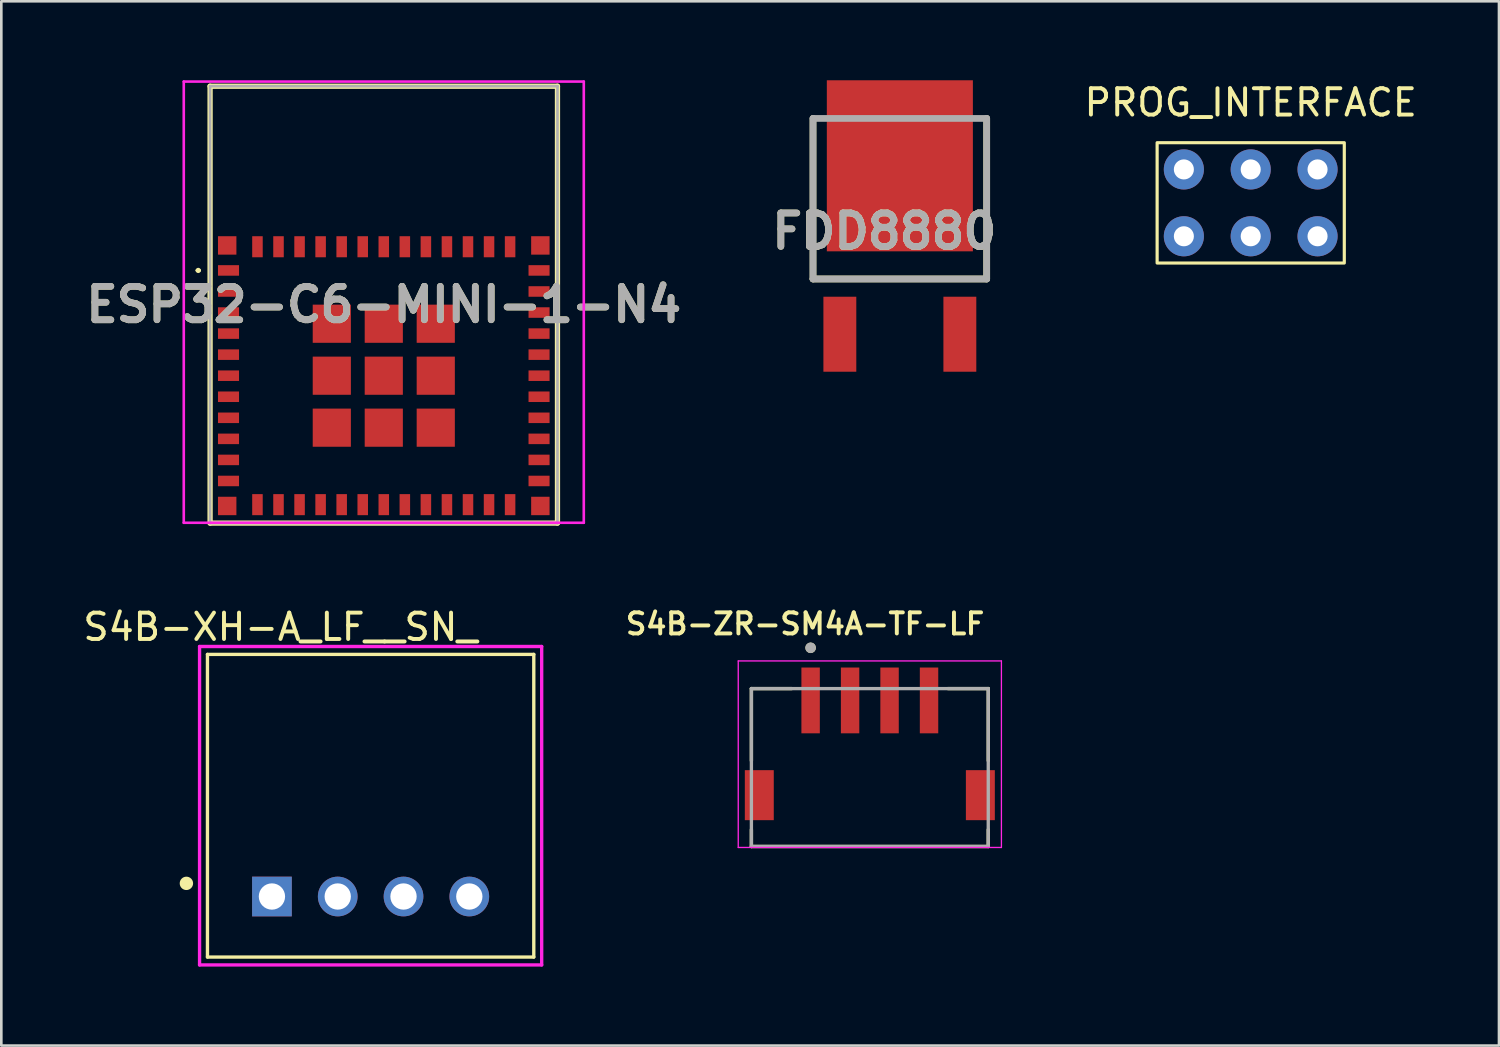
<source format=kicad_pcb>
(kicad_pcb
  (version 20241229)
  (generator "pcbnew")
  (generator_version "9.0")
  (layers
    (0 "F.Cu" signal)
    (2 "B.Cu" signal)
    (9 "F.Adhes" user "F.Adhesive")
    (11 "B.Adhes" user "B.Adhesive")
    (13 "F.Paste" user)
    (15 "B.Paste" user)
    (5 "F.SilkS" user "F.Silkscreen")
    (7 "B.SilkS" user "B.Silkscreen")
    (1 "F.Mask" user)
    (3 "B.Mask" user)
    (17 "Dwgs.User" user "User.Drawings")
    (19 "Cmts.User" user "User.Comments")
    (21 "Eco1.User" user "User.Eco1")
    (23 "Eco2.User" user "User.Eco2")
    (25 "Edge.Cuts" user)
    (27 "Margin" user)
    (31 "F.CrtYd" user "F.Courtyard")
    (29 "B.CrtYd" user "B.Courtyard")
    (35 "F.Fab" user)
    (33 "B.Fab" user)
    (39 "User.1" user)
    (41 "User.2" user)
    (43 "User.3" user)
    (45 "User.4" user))
  (footprint "S4B-XH-A_LF__SN_"
    (layer "F.Cu")
    (at 11.033 31.016)
    (property "Reference" "S4B-XH-A_LF__SN_" (at -3.427 -10.242 0) (layer "F.SilkS") (effects (font (size 1.001 1.001) (thickness 0.15))))
    (attr through_hole)
    (fp_line (start -6.2 -9.2) (end 6.2 -9.2) (stroke (width 0.127) (type solid)) (layer "F.SilkS"))
    (fp_line (start -6.2 2.3) (end -6.2 -9.2) (stroke (width 0.127) (type solid)) (layer "F.SilkS"))
    (fp_line (start 6.2 -9.2) (end 6.2 2.3) (stroke (width 0.127) (type solid)) (layer "F.SilkS"))
    (fp_line (start 6.2 2.3) (end -6.2 2.3) (stroke (width 0.127) (type solid)) (layer "F.SilkS"))
    (fp_circle (center -7 -0.5) (end -6.746 -0.5) (stroke (width 0) (type solid)) (fill yes) (layer "F.SilkS"))
    (fp_line (start -6.5 -9.5) (end 6.5 -9.5) (stroke (width 0.127) (type solid)) (layer "F.CrtYd"))
    (fp_line (start -6.5 2.6) (end -6.5 -9.5) (stroke (width 0.127) (type solid)) (layer "F.CrtYd"))
    (fp_line (start 6.5 -9.5) (end 6.5 2.6) (stroke (width 0.127) (type solid)) (layer "F.CrtYd"))
    (fp_line (start 6.5 2.6) (end -6.5 2.6) (stroke (width 0.127) (type solid)) (layer "F.CrtYd"))
    (pad "1" thru_hole rect (at -3.75 0) (size 1.508 1.508) (drill 1) (layers "*.Cu" "*.Mask"))
    (pad "2" thru_hole circle (at -1.25 0) (size 1.508 1.508) (drill 1) (layers "*.Cu" "*.Mask"))
    (pad "3" thru_hole circle (at 1.25 0) (size 1.508 1.508) (drill 1) (layers "*.Cu" "*.Mask"))
    (pad "4" thru_hole circle (at 3.75 0) (size 1.508 1.508) (drill 1) (layers "*.Cu" "*.Mask")))
  (footprint "S4B-ZR-SM4A-TF-LF"
    (layer "F.Cu")
    (at 30.002 23.565)
    (property "Reference" "S4B-ZR-SM4A-TF-LF" (at -2.46 -2.908 0) (layer "F.SilkS") (effects (font (size 0.8 0.8) (thickness 0.15))))
    (attr smd)
    (fp_line (start -4.5 -0.45) (end -4.5 2.29) (stroke (width 0.127) (type solid)) (layer "F.SilkS"))
    (fp_line (start -4.5 4.91) (end -4.5 5.55) (stroke (width 0.127) (type solid)) (layer "F.SilkS"))
    (fp_line (start -4.5 5.55) (end 4.5 5.55) (stroke (width 0.127) (type solid)) (layer "F.SilkS"))
    (fp_line (start -2.97 -0.45) (end -4.5 -0.45) (stroke (width 0.127) (type solid)) (layer "F.SilkS"))
    (fp_line (start 2.97 -0.45) (end 4.5 -0.45) (stroke (width 0.127) (type solid)) (layer "F.SilkS"))
    (fp_line (start 4.5 -0.45) (end 4.5 2.29) (stroke (width 0.127) (type solid)) (layer "F.SilkS"))
    (fp_line (start 4.5 5.55) (end 4.5 4.91) (stroke (width 0.127) (type solid)) (layer "F.SilkS"))
    (fp_circle (center -2.25 -2) (end -2.15 -2) (stroke (width 0.2) (type solid)) (fill no) (layer "F.SilkS"))
    (fp_line (start -5 -1.5) (end 5 -1.5) (stroke (width 0.05) (type solid)) (layer "F.CrtYd"))
    (fp_line (start -5 5.588) (end -5 -1.5) (stroke (width 0.05) (type solid)) (layer "F.CrtYd"))
    (fp_line (start 5 -1.5) (end 5 5.588) (stroke (width 0.05) (type solid)) (layer "F.CrtYd"))
    (fp_line (start 5 5.588) (end -5 5.588) (stroke (width 0.05) (type solid)) (layer "F.CrtYd"))
    (fp_line (start -4.5 -0.45) (end 4.5 -0.45) (stroke (width 0.127) (type solid)) (layer "F.Fab"))
    (fp_line (start -4.5 5.55) (end -4.5 -0.45) (stroke (width 0.127) (type solid)) (layer "F.Fab"))
    (fp_line (start 4.5 -0.45) (end 4.5 5.55) (stroke (width 0.127) (type solid)) (layer "F.Fab"))
    (fp_line (start 4.5 5.55) (end -4.5 5.55) (stroke (width 0.127) (type solid)) (layer "F.Fab"))
    (fp_circle (center -2.25 -2) (end -2.15 -2) (stroke (width 0.2) (type solid)) (fill no) (layer "F.Fab"))
    (pad "1" smd rect (at -2.25 0 90) (size 2.5 0.7) (layers "F.Cu" "F.Mask" "F.Paste"))
    (pad "2" smd rect (at -0.75 0 90) (size 2.5 0.7) (layers "F.Cu" "F.Mask" "F.Paste"))
    (pad "3" smd rect (at 0.75 0 90) (size 2.5 0.7) (layers "F.Cu" "F.Mask" "F.Paste"))
    (pad "4" smd rect (at 2.25 0 90) (size 2.5 0.7) (layers "F.Cu" "F.Mask" "F.Paste"))
    (pad "S1" smd rect (at -4.2 3.6 90) (size 1.9 1.1) (layers "F.Cu" "F.Mask" "F.Paste"))
    (pad "S2" smd rect (at 4.2 3.6 90) (size 1.9 1.1) (layers "F.Cu" "F.Mask" "F.Paste")))
  (footprint "ESP32-C6-MINI-1-N4"
    (layer "F.Cu")
    (at 11.533 11.226)
    (property "Reference" "ESP32-C6-MINI-1-N4" (at 0 -2.7 0) (layer "F.SilkS") (effects (font (size 1.27 1.27) (thickness 0.254))))
    (attr smd)
    (fp_line (start -7.1 -4) (end -7.1 -4) (stroke (width 0.1) (type solid)) (layer "F.SilkS"))
    (fp_line (start -7 -4) (end -7 -4) (stroke (width 0.1) (type solid)) (layer "F.SilkS"))
    (fp_line (start -6.6 -11) (end 6.6 -11) (stroke (width 0.2) (type solid)) (layer "F.SilkS"))
    (fp_line (start -6.6 5.6) (end -6.6 -11) (stroke (width 0.2) (type solid)) (layer "F.SilkS"))
    (fp_line (start 6.6 -11) (end 6.6 5.6) (stroke (width 0.2) (type solid)) (layer "F.SilkS"))
    (fp_line (start 6.6 5.6) (end -6.6 5.6) (stroke (width 0.2) (type solid)) (layer "F.SilkS"))
    (fp_arc (start -7.1 -4) (mid -7.05 -4.05) (end -7 -4) (stroke (width 0.1) (type solid)) (layer "F.SilkS"))
    (fp_arc (start -7 -4) (mid -7.05 -3.95) (end -7.1 -4) (stroke (width 0.1) (type solid)) (layer "F.SilkS"))
    (fp_line (start -7.6 -11.176) (end 7.6 -11.176) (stroke (width 0.1) (type solid)) (layer "F.CrtYd"))
    (fp_line (start -7.6 5.588) (end -7.6 -11.176) (stroke (width 0.1) (type solid)) (layer "F.CrtYd"))
    (fp_line (start 7.6 -11.176) (end 7.6 5.588) (stroke (width 0.1) (type solid)) (layer "F.CrtYd"))
    (fp_line (start 7.6 5.588) (end -7.6 5.588) (stroke (width 0.1) (type solid)) (layer "F.CrtYd"))
    (fp_line (start -6.6 -11) (end 6.6 -11) (stroke (width 0.1) (type solid)) (layer "F.Fab"))
    (fp_line (start -6.6 5.6) (end -6.6 -11) (stroke (width 0.1) (type solid)) (layer "F.Fab"))
    (fp_line (start 6.6 -11) (end 6.6 5.6) (stroke (width 0.1) (type solid)) (layer "F.Fab"))
    (fp_line (start 6.6 5.6) (end -6.6 5.6) (stroke (width 0.1) (type solid)) (layer "F.Fab"))
    (fp_text user "${REFERENCE}" (at 0 -2.7 0) (layer "F.Fab") (effects (font (size 1.27 1.27) (thickness 0.254))))
    (pad "1" smd rect (at -5.9 -4 90) (size 0.4 0.8) (layers "F.Cu" "F.Mask" "F.Paste"))
    (pad "2" smd rect (at -5.9 -3.2 90) (size 0.4 0.8) (layers "F.Cu" "F.Mask" "F.Paste"))
    (pad "3" smd rect (at -5.9 -2.4 90) (size 0.4 0.8) (layers "F.Cu" "F.Mask" "F.Paste"))
    (pad "4" smd rect (at -5.9 -1.6 90) (size 0.4 0.8) (layers "F.Cu" "F.Mask" "F.Paste"))
    (pad "5" smd rect (at -5.9 -0.8 90) (size 0.4 0.8) (layers "F.Cu" "F.Mask" "F.Paste"))
    (pad "6" smd rect (at -5.9 0 90) (size 0.4 0.8) (layers "F.Cu" "F.Mask" "F.Paste"))
    (pad "7" smd rect (at -5.9 0.8 90) (size 0.4 0.8) (layers "F.Cu" "F.Mask" "F.Paste"))
    (pad "8" smd rect (at -5.9 1.6 90) (size 0.4 0.8) (layers "F.Cu" "F.Mask" "F.Paste"))
    (pad "9" smd rect (at -5.9 2.4 90) (size 0.4 0.8) (layers "F.Cu" "F.Mask" "F.Paste"))
    (pad "10" smd rect (at -5.9 3.2 90) (size 0.4 0.8) (layers "F.Cu" "F.Mask" "F.Paste"))
    (pad "11" smd rect (at -5.9 4 90) (size 0.4 0.8) (layers "F.Cu" "F.Mask" "F.Paste"))
    (pad "12" smd rect (at -4.8 4.9) (size 0.4 0.8) (layers "F.Cu" "F.Mask" "F.Paste"))
    (pad "13" smd rect (at -4 4.9) (size 0.4 0.8) (layers "F.Cu" "F.Mask" "F.Paste"))
    (pad "14" smd rect (at -3.2 4.9) (size 0.4 0.8) (layers "F.Cu" "F.Mask" "F.Paste"))
    (pad "15" smd rect (at -2.4 4.9) (size 0.4 0.8) (layers "F.Cu" "F.Mask" "F.Paste"))
    (pad "16" smd rect (at -1.6 4.9) (size 0.4 0.8) (layers "F.Cu" "F.Mask" "F.Paste"))
    (pad "17" smd rect (at -0.8 4.9) (size 0.4 0.8) (layers "F.Cu" "F.Mask" "F.Paste"))
    (pad "18" smd rect (at 0 4.9) (size 0.4 0.8) (layers "F.Cu" "F.Mask" "F.Paste"))
    (pad "19" smd rect (at 0.8 4.9) (size 0.4 0.8) (layers "F.Cu" "F.Mask" "F.Paste"))
    (pad "20" smd rect (at 1.6 4.9) (size 0.4 0.8) (layers "F.Cu" "F.Mask" "F.Paste"))
    (pad "21" smd rect (at 2.4 4.9) (size 0.4 0.8) (layers "F.Cu" "F.Mask" "F.Paste"))
    (pad "22" smd rect (at 3.2 4.9) (size 0.4 0.8) (layers "F.Cu" "F.Mask" "F.Paste"))
    (pad "23" smd rect (at 4 4.9) (size 0.4 0.8) (layers "F.Cu" "F.Mask" "F.Paste"))
    (pad "24" smd rect (at 4.8 4.9) (size 0.4 0.8) (layers "F.Cu" "F.Mask" "F.Paste"))
    (pad "25" smd rect (at 5.9 4 90) (size 0.4 0.8) (layers "F.Cu" "F.Mask" "F.Paste"))
    (pad "26" smd rect (at 5.9 3.2 90) (size 0.4 0.8) (layers "F.Cu" "F.Mask" "F.Paste"))
    (pad "27" smd rect (at 5.9 2.4 90) (size 0.4 0.8) (layers "F.Cu" "F.Mask" "F.Paste"))
    (pad "28" smd rect (at 5.9 1.6 90) (size 0.4 0.8) (layers "F.Cu" "F.Mask" "F.Paste"))
    (pad "29" smd rect (at 5.9 0.8 90) (size 0.4 0.8) (layers "F.Cu" "F.Mask" "F.Paste"))
    (pad "30" smd rect (at 5.9 0 90) (size 0.4 0.8) (layers "F.Cu" "F.Mask" "F.Paste"))
    (pad "31" smd rect (at 5.9 -0.8 90) (size 0.4 0.8) (layers "F.Cu" "F.Mask" "F.Paste"))
    (pad "32" smd rect (at 5.9 -1.6 90) (size 0.4 0.8) (layers "F.Cu" "F.Mask" "F.Paste"))
    (pad "33" smd rect (at 5.9 -2.4 90) (size 0.4 0.8) (layers "F.Cu" "F.Mask" "F.Paste"))
    (pad "34" smd rect (at 5.9 -3.2 90) (size 0.4 0.8) (layers "F.Cu" "F.Mask" "F.Paste"))
    (pad "35" smd rect (at 5.9 -4 90) (size 0.4 0.8) (layers "F.Cu" "F.Mask" "F.Paste"))
    (pad "36" smd rect (at 4.8 -4.9) (size 0.4 0.8) (layers "F.Cu" "F.Mask" "F.Paste"))
    (pad "37" smd rect (at 4 -4.9) (size 0.4 0.8) (layers "F.Cu" "F.Mask" "F.Paste"))
    (pad "38" smd rect (at 3.2 -4.9) (size 0.4 0.8) (layers "F.Cu" "F.Mask" "F.Paste"))
    (pad "39" smd rect (at 2.4 -4.9) (size 0.4 0.8) (layers "F.Cu" "F.Mask" "F.Paste"))
    (pad "40" smd rect (at 1.6 -4.9) (size 0.4 0.8) (layers "F.Cu" "F.Mask" "F.Paste"))
    (pad "41" smd rect (at 0.8 -4.9) (size 0.4 0.8) (layers "F.Cu" "F.Mask" "F.Paste"))
    (pad "42" smd rect (at 0 -4.9) (size 0.4 0.8) (layers "F.Cu" "F.Mask" "F.Paste"))
    (pad "43" smd rect (at -0.8 -4.9) (size 0.4 0.8) (layers "F.Cu" "F.Mask" "F.Paste"))
    (pad "44" smd rect (at -1.6 -4.9) (size 0.4 0.8) (layers "F.Cu" "F.Mask" "F.Paste"))
    (pad "45" smd rect (at -2.4 -4.9) (size 0.4 0.8) (layers "F.Cu" "F.Mask" "F.Paste"))
    (pad "46" smd rect (at -3.2 -4.9) (size 0.4 0.8) (layers "F.Cu" "F.Mask" "F.Paste"))
    (pad "47" smd rect (at -4 -4.9) (size 0.4 0.8) (layers "F.Cu" "F.Mask" "F.Paste"))
    (pad "48" smd rect (at -4.8 -4.9) (size 0.4 0.8) (layers "F.Cu" "F.Mask" "F.Paste"))
    (pad "49" smd rect (at 0 0 90) (size 1.45 1.45) (layers "F.Cu" "F.Mask" "F.Paste"))
    (pad "50" smd rect (at 5.95 -4.95 90) (size 0.7 0.7) (layers "F.Cu" "F.Mask" "F.Paste"))
    (pad "51" smd rect (at 5.95 4.95 90) (size 0.7 0.7) (layers "F.Cu" "F.Mask" "F.Paste"))
    (pad "52" smd rect (at -5.95 4.95 90) (size 0.7 0.7) (layers "F.Cu" "F.Mask" "F.Paste"))
    (pad "53" smd rect (at -5.95 -4.95 90) (size 0.7 0.7) (layers "F.Cu" "F.Mask" "F.Paste"))
    (pad "54" smd rect (at -1.975 -1.975 90) (size 1.45 1.45) (layers "F.Cu" "F.Mask" "F.Paste"))
    (pad "55" smd rect (at -1.975 0 90) (size 1.45 1.45) (layers "F.Cu" "F.Mask" "F.Paste"))
    (pad "56" smd rect (at -1.975 1.975 90) (size 1.45 1.45) (layers "F.Cu" "F.Mask" "F.Paste"))
    (pad "57" smd rect (at 0 1.975 90) (size 1.45 1.45) (layers "F.Cu" "F.Mask" "F.Paste"))
    (pad "58" smd rect (at 1.975 1.975 90) (size 1.45 1.45) (layers "F.Cu" "F.Mask" "F.Paste"))
    (pad "59" smd rect (at 1.975 0 90) (size 1.45 1.45) (layers "F.Cu" "F.Mask" "F.Paste"))
    (pad "60" smd rect (at 1.975 -1.975 90) (size 1.45 1.45) (layers "F.Cu" "F.Mask" "F.Paste"))
    (pad "61" smd rect (at 0 -1.975 90) (size 1.45 1.45) (layers "F.Cu" "F.Mask" "F.Paste")))
  (footprint "PROG_INTERFACE"
    (layer "F.Cu")
    (at 44.475 3.388)
    (property "Reference" "PROG_INTERFACE" (at 0 -2.54 0) (unlocked yes) (layer "F.SilkS") (effects (font (size 1 1) (thickness 0.15))))
    (attr through_hole)
    (fp_rect (start -3.556 -1.016) (end 3.556 3.556) (stroke (width 0.12) (type default)) (fill no) (layer "F.SilkS"))
    (pad "1" thru_hole circle (at 2.54 0) (size 1.524 1.524) (drill 0.762) (layers "*.Cu" "*.Mask"))
    (pad "2" thru_hole circle (at 2.54 2.54) (size 1.524 1.524) (drill 0.762) (layers "*.Cu" "*.Mask"))
    (pad "3" thru_hole circle (at 0 0) (size 1.524 1.524) (drill 0.762) (layers "*.Cu" "*.Mask"))
    (pad "4" thru_hole circle (at 0 2.54) (size 1.524 1.524) (drill 0.762) (layers "*.Cu" "*.Mask"))
    (pad "5" thru_hole circle (at -2.54 0) (size 1.524 1.524) (drill 0.762) (layers "*.Cu" "*.Mask"))
    (pad "6" thru_hole circle (at -2.54 2.54) (size 1.524 1.524) (drill 0.762) (layers "*.Cu" "*.Mask")))
  (footprint "FDD8880"
    (layer "F.Cu")
    (at 31.143 3.25)
    (property "Reference" "FDD8880" (at -0.59 2.488 0) (layer "F.SilkS") (effects (font (size 1.27 1.27) (thickness 0.254))))
    (attr smd)
    (fp_line (start -3.3 -1.8) (end -3.3 4.3) (stroke (width 0.254) (type solid)) (layer "F.SilkS"))
    (fp_line (start -3.3 4.3) (end 3.3 4.3) (stroke (width 0.254) (type solid)) (layer "F.SilkS"))
    (fp_line (start 3.3 4.3) (end 3.3 -1.8) (stroke (width 0.254) (type solid)) (layer "F.SilkS"))
    (fp_line (start -3.3 -1.8) (end 3.3 -1.8) (stroke (width 0.254) (type solid)) (layer "F.Fab"))
    (fp_line (start -3.3 4.3) (end -3.3 -1.8) (stroke (width 0.254) (type solid)) (layer "F.Fab"))
    (fp_line (start 3.3 -1.8) (end 3.3 4.3) (stroke (width 0.254) (type solid)) (layer "F.Fab"))
    (fp_line (start 3.3 4.3) (end -3.3 4.3) (stroke (width 0.254) (type solid)) (layer "F.Fab"))
    (fp_text user "${REFERENCE}" (at -0.59 2.488 0) (layer "F.Fab") (effects (font (size 1.27 1.27) (thickness 0.254))))
    (pad "1" smd rect (at -2.28 6.4) (size 1.25 2.85) (layers "F.Cu" "F.Mask" "F.Paste"))
    (pad "2" smd rect (at 2.28 6.4) (size 1.25 2.85) (layers "F.Cu" "F.Mask" "F.Paste"))
    (pad "3" smd rect (at 0 0) (size 5.55 6.5) (layers "F.Cu" "F.Mask" "F.Paste")))
  (gr_rect
    (start -3 -3)
    (end 53.909 36.68)
    (stroke (width 0.1) (type default))
    (fill no)
    (layer "Edge.Cuts")))
</source>
